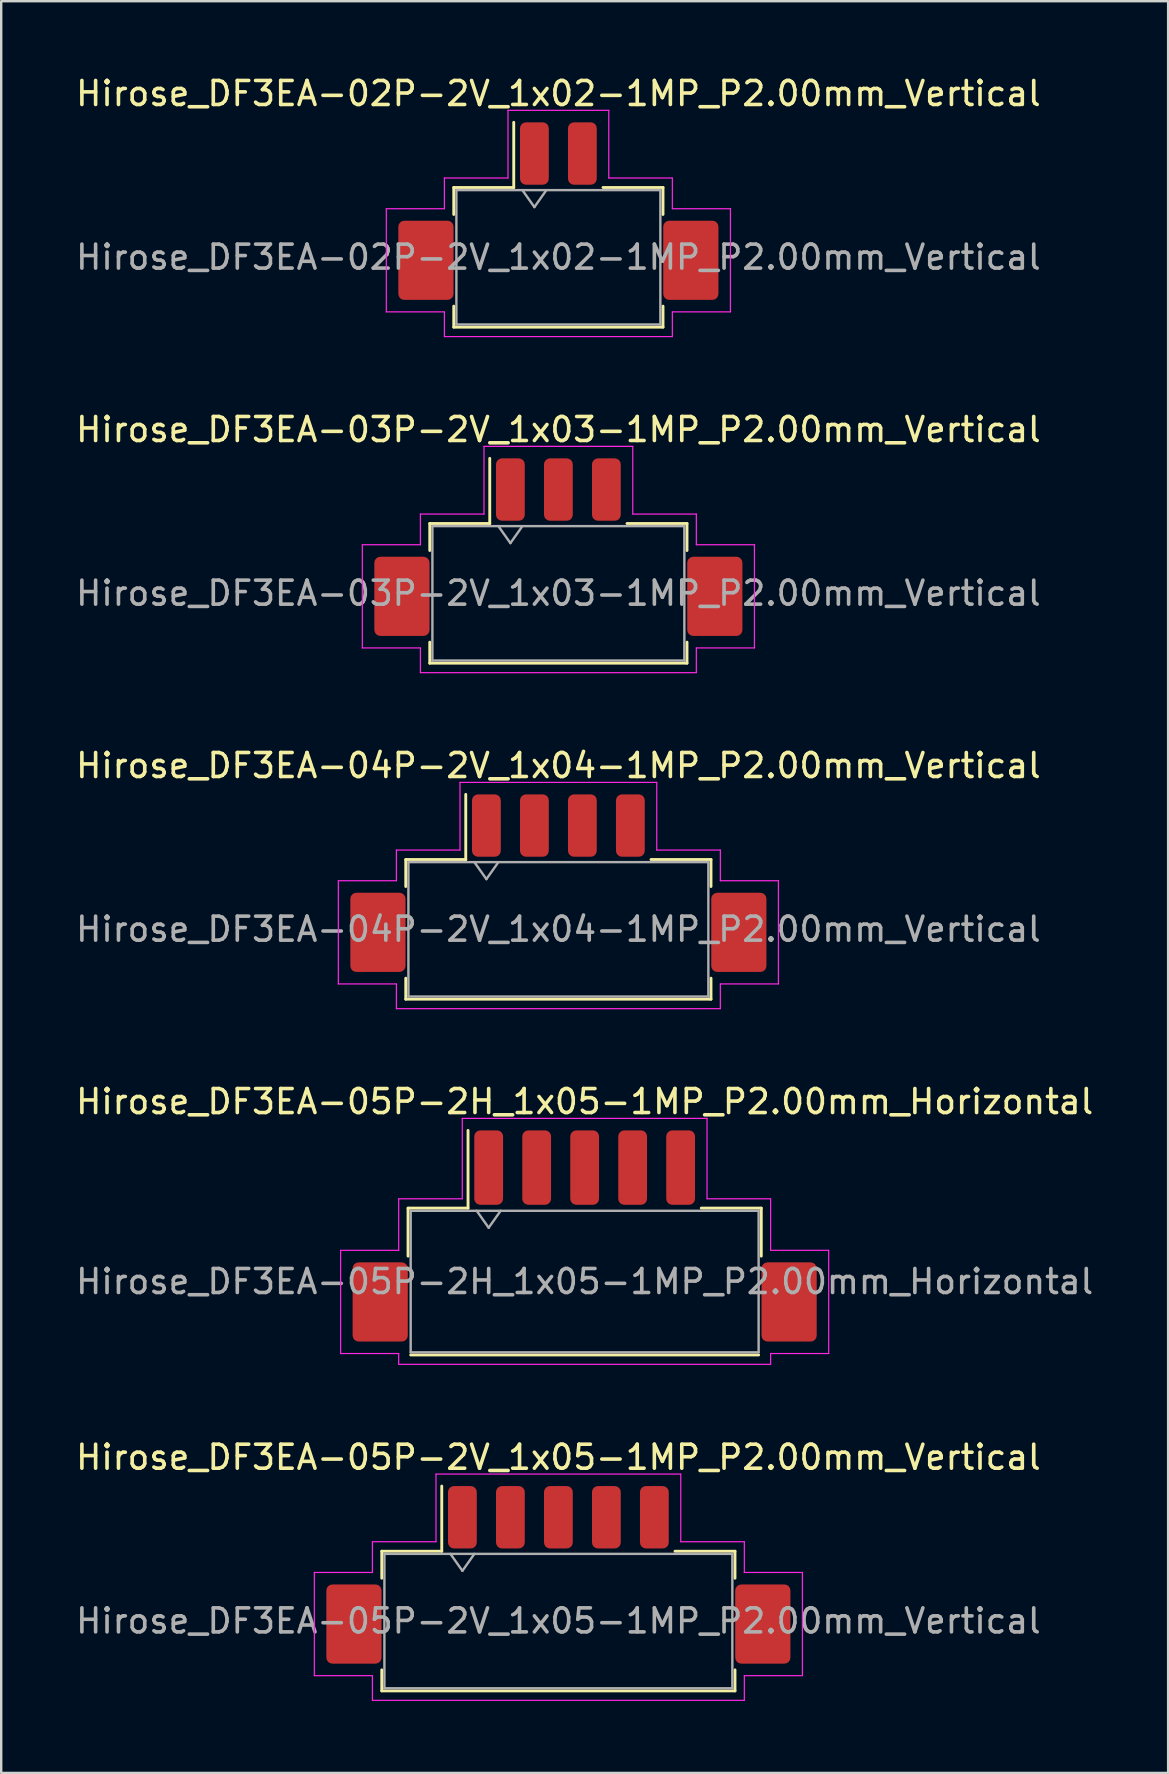
<source format=kicad_pcb>
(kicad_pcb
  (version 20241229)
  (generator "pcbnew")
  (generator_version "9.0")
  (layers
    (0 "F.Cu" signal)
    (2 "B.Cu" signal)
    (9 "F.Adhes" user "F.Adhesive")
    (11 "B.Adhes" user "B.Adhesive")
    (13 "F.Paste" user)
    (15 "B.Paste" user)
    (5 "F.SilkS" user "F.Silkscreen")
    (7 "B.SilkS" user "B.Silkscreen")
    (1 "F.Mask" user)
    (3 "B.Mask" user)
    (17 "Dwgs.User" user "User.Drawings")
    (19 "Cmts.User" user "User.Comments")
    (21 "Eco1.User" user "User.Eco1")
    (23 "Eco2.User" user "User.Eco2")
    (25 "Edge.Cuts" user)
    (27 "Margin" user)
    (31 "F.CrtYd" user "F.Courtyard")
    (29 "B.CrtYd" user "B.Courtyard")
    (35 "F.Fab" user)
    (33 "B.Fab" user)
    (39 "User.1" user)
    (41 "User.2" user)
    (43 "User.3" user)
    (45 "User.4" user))
  (footprint "Hirose_DF3EA-05P-2V_1x05-1MP_P2.00mm_Vertical"
    (layer "F.Cu")
    (at 20.22 62.581)
    (property "Reference" "Hirose_DF3EA-05P-2V_1x05-1MP_P2.00mm_Vertical" (at 0 -4.9 0) (layer "F.SilkS") (effects (font (size 1 1) (thickness 0.15))))
    (attr smd)
    (fp_line (start -7.36 -0.985) (end -4.86 -0.985) (stroke (width 0.12) (type solid)) (layer "F.SilkS"))
    (fp_line (start -7.36 0.14) (end -7.36 -0.985) (stroke (width 0.12) (type solid)) (layer "F.SilkS"))
    (fp_line (start -7.36 3.96) (end -7.36 4.835) (stroke (width 0.12) (type solid)) (layer "F.SilkS"))
    (fp_line (start -7.36 4.835) (end 7.36 4.835) (stroke (width 0.12) (type solid)) (layer "F.SilkS"))
    (fp_line (start -4.86 -0.985) (end -4.86 -3.7) (stroke (width 0.12) (type solid)) (layer "F.SilkS"))
    (fp_line (start 7.36 -0.985) (end 4.86 -0.985) (stroke (width 0.12) (type solid)) (layer "F.SilkS"))
    (fp_line (start 7.36 0.14) (end 7.36 -0.985) (stroke (width 0.12) (type solid)) (layer "F.SilkS"))
    (fp_line (start 7.36 4.835) (end 7.36 3.96) (stroke (width 0.12) (type solid)) (layer "F.SilkS"))
    (fp_line (start -10.17 -0.1) (end -7.75 -0.1) (stroke (width 0.05) (type solid)) (layer "F.CrtYd"))
    (fp_line (start -10.17 4.2) (end -10.17 -0.1) (stroke (width 0.05) (type solid)) (layer "F.CrtYd"))
    (fp_line (start -7.75 -1.38) (end -5.1 -1.38) (stroke (width 0.05) (type solid)) (layer "F.CrtYd"))
    (fp_line (start -7.75 -0.1) (end -7.75 -1.38) (stroke (width 0.05) (type solid)) (layer "F.CrtYd"))
    (fp_line (start -7.75 4.2) (end -10.17 4.2) (stroke (width 0.05) (type solid)) (layer "F.CrtYd"))
    (fp_line (start -7.75 5.23) (end -7.75 4.2) (stroke (width 0.05) (type solid)) (layer "F.CrtYd"))
    (fp_line (start -5.1 -4.2) (end 5.1 -4.2) (stroke (width 0.05) (type solid)) (layer "F.CrtYd"))
    (fp_line (start -5.1 -1.38) (end -5.1 -4.2) (stroke (width 0.05) (type solid)) (layer "F.CrtYd"))
    (fp_line (start 5.1 -4.2) (end 5.1 -1.38) (stroke (width 0.05) (type solid)) (layer "F.CrtYd"))
    (fp_line (start 5.1 -1.38) (end 7.75 -1.38) (stroke (width 0.05) (type solid)) (layer "F.CrtYd"))
    (fp_line (start 7.75 -1.38) (end 7.75 -0.1) (stroke (width 0.05) (type solid)) (layer "F.CrtYd"))
    (fp_line (start 7.75 -0.1) (end 10.17 -0.1) (stroke (width 0.05) (type solid)) (layer "F.CrtYd"))
    (fp_line (start 7.75 4.2) (end 7.75 5.23) (stroke (width 0.05) (type solid)) (layer "F.CrtYd"))
    (fp_line (start 7.75 5.23) (end -7.75 5.23) (stroke (width 0.05) (type solid)) (layer "F.CrtYd"))
    (fp_line (start 10.17 -0.1) (end 10.17 4.2) (stroke (width 0.05) (type solid)) (layer "F.CrtYd"))
    (fp_line (start 10.17 4.2) (end 7.75 4.2) (stroke (width 0.05) (type solid)) (layer "F.CrtYd"))
    (fp_line (start -7.25 -0.875) (end -7.25 4.725) (stroke (width 0.1) (type solid)) (layer "F.Fab"))
    (fp_line (start -7.25 -0.875) (end 7.25 -0.875) (stroke (width 0.1) (type solid)) (layer "F.Fab"))
    (fp_line (start -7.25 4.725) (end 7.25 4.725) (stroke (width 0.1) (type solid)) (layer "F.Fab"))
    (fp_line (start -4.5 -0.875) (end -4 -0.168) (stroke (width 0.1) (type solid)) (layer "F.Fab"))
    (fp_line (start -4 -0.168) (end -3.5 -0.875) (stroke (width 0.1) (type solid)) (layer "F.Fab"))
    (fp_line (start 7.25 -0.875) (end 7.25 4.725) (stroke (width 0.1) (type solid)) (layer "F.Fab"))
    (fp_text user "${REFERENCE}" (at 0 1.92 0) (layer "F.Fab") (effects (font (size 1 1) (thickness 0.15))))
    (pad "1" smd roundrect (at -4 -2.4) (size 1.2 2.6) (layers "F.Cu" "F.Mask" "F.Paste") (roundrect_rratio 0.208))
    (pad "2" smd roundrect (at -2 -2.4) (size 1.2 2.6) (layers "F.Cu" "F.Mask" "F.Paste") (roundrect_rratio 0.208))
    (pad "3" smd roundrect (at 0 -2.4) (size 1.2 2.6) (layers "F.Cu" "F.Mask" "F.Paste") (roundrect_rratio 0.208))
    (pad "4" smd roundrect (at 2 -2.4) (size 1.2 2.6) (layers "F.Cu" "F.Mask" "F.Paste") (roundrect_rratio 0.208))
    (pad "5" smd roundrect (at 4 -2.4) (size 1.2 2.6) (layers "F.Cu" "F.Mask" "F.Paste") (roundrect_rratio 0.208))
    (pad "MP" smd roundrect (at -8.52 2.05) (size 2.3 3.3) (layers "F.Cu" "F.Mask" "F.Paste") (roundrect_rratio 0.109))
    (pad "MP" smd roundrect (at 8.52 2.05) (size 2.3 3.3) (layers "F.Cu" "F.Mask" "F.Paste") (roundrect_rratio 0.109)))
  (footprint "Hirose_DF3EA-05P-2H_1x05-1MP_P2.00mm_Horizontal"
    (layer "F.Cu")
    (at 21.315 48.458)
    (property "Reference" "Hirose_DF3EA-05P-2H_1x05-1MP_P2.00mm_Horizontal" (at 0 -5.6 0) (layer "F.SilkS") (effects (font (size 1 1) (thickness 0.15))))
    (attr smd)
    (fp_line (start -7.36 -1.16) (end -4.86 -1.16) (stroke (width 0.12) (type solid)) (layer "F.SilkS"))
    (fp_line (start -7.36 0.84) (end -7.36 -1.16) (stroke (width 0.12) (type solid)) (layer "F.SilkS"))
    (fp_line (start -7.25 4.96) (end 7.25 4.96) (stroke (width 0.12) (type solid)) (layer "F.SilkS"))
    (fp_line (start -4.86 -1.16) (end -4.86 -4.4) (stroke (width 0.12) (type solid)) (layer "F.SilkS"))
    (fp_line (start 7.36 -1.16) (end 4.86 -1.16) (stroke (width 0.12) (type solid)) (layer "F.SilkS"))
    (fp_line (start 7.36 0.84) (end 7.36 -1.16) (stroke (width 0.12) (type solid)) (layer "F.SilkS"))
    (fp_line (start -10.17 0.6) (end -7.75 0.6) (stroke (width 0.05) (type solid)) (layer "F.CrtYd"))
    (fp_line (start -10.17 4.9) (end -10.17 0.6) (stroke (width 0.05) (type solid)) (layer "F.CrtYd"))
    (fp_line (start -7.75 -1.55) (end -5.1 -1.55) (stroke (width 0.05) (type solid)) (layer "F.CrtYd"))
    (fp_line (start -7.75 0.6) (end -7.75 -1.55) (stroke (width 0.05) (type solid)) (layer "F.CrtYd"))
    (fp_line (start -7.75 4.9) (end -10.17 4.9) (stroke (width 0.05) (type solid)) (layer "F.CrtYd"))
    (fp_line (start -7.75 5.35) (end -7.75 4.9) (stroke (width 0.05) (type solid)) (layer "F.CrtYd"))
    (fp_line (start -5.1 -4.9) (end 5.1 -4.9) (stroke (width 0.05) (type solid)) (layer "F.CrtYd"))
    (fp_line (start -5.1 -1.55) (end -5.1 -4.9) (stroke (width 0.05) (type solid)) (layer "F.CrtYd"))
    (fp_line (start 5.1 -4.9) (end 5.1 -1.55) (stroke (width 0.05) (type solid)) (layer "F.CrtYd"))
    (fp_line (start 5.1 -1.55) (end 7.75 -1.55) (stroke (width 0.05) (type solid)) (layer "F.CrtYd"))
    (fp_line (start 7.75 -1.55) (end 7.75 0.6) (stroke (width 0.05) (type solid)) (layer "F.CrtYd"))
    (fp_line (start 7.75 0.6) (end 10.17 0.6) (stroke (width 0.05) (type solid)) (layer "F.CrtYd"))
    (fp_line (start 7.75 4.9) (end 7.75 5.35) (stroke (width 0.05) (type solid)) (layer "F.CrtYd"))
    (fp_line (start 7.75 5.35) (end -7.75 5.35) (stroke (width 0.05) (type solid)) (layer "F.CrtYd"))
    (fp_line (start 10.17 0.6) (end 10.17 4.9) (stroke (width 0.05) (type solid)) (layer "F.CrtYd"))
    (fp_line (start 10.17 4.9) (end 7.75 4.9) (stroke (width 0.05) (type solid)) (layer "F.CrtYd"))
    (fp_line (start -7.25 -1.05) (end -7.25 4.85) (stroke (width 0.1) (type solid)) (layer "F.Fab"))
    (fp_line (start -7.25 -1.05) (end 7.25 -1.05) (stroke (width 0.1) (type solid)) (layer "F.Fab"))
    (fp_line (start -7.25 4.85) (end 7.25 4.85) (stroke (width 0.1) (type solid)) (layer "F.Fab"))
    (fp_line (start -4.5 -1.05) (end -4 -0.343) (stroke (width 0.1) (type solid)) (layer "F.Fab"))
    (fp_line (start -4 -0.343) (end -3.5 -1.05) (stroke (width 0.1) (type solid)) (layer "F.Fab"))
    (fp_line (start 7.25 -1.05) (end 7.25 4.85) (stroke (width 0.1) (type solid)) (layer "F.Fab"))
    (fp_text user "${REFERENCE}" (at 0 1.9 0) (layer "F.Fab") (effects (font (size 1 1) (thickness 0.15))))
    (pad "1" smd roundrect (at -4 -2.85) (size 1.2 3.1) (layers "F.Cu" "F.Mask" "F.Paste") (roundrect_rratio 0.208))
    (pad "2" smd roundrect (at -2 -2.85) (size 1.2 3.1) (layers "F.Cu" "F.Mask" "F.Paste") (roundrect_rratio 0.208))
    (pad "3" smd roundrect (at 0 -2.85) (size 1.2 3.1) (layers "F.Cu" "F.Mask" "F.Paste") (roundrect_rratio 0.208))
    (pad "4" smd roundrect (at 2 -2.85) (size 1.2 3.1) (layers "F.Cu" "F.Mask" "F.Paste") (roundrect_rratio 0.208))
    (pad "5" smd roundrect (at 4 -2.85) (size 1.2 3.1) (layers "F.Cu" "F.Mask" "F.Paste") (roundrect_rratio 0.208))
    (pad "MP" smd roundrect (at -8.52 2.75) (size 2.3 3.3) (layers "F.Cu" "F.Mask" "F.Paste") (roundrect_rratio 0.109))
    (pad "MP" smd roundrect (at 8.52 2.75) (size 2.3 3.3) (layers "F.Cu" "F.Mask" "F.Paste") (roundrect_rratio 0.109)))
  (footprint "Hirose_DF3EA-04P-2V_1x04-1MP_P2.00mm_Vertical"
    (layer "F.Cu")
    (at 20.22 33.755)
    (property "Reference" "Hirose_DF3EA-04P-2V_1x04-1MP_P2.00mm_Vertical" (at 0 -4.9 0) (layer "F.SilkS") (effects (font (size 1 1) (thickness 0.15))))
    (attr smd)
    (fp_line (start -6.36 -0.985) (end -3.86 -0.985) (stroke (width 0.12) (type solid)) (layer "F.SilkS"))
    (fp_line (start -6.36 0.14) (end -6.36 -0.985) (stroke (width 0.12) (type solid)) (layer "F.SilkS"))
    (fp_line (start -6.36 3.96) (end -6.36 4.835) (stroke (width 0.12) (type solid)) (layer "F.SilkS"))
    (fp_line (start -6.36 4.835) (end 6.36 4.835) (stroke (width 0.12) (type solid)) (layer "F.SilkS"))
    (fp_line (start -3.86 -0.985) (end -3.86 -3.7) (stroke (width 0.12) (type solid)) (layer "F.SilkS"))
    (fp_line (start 6.36 -0.985) (end 3.86 -0.985) (stroke (width 0.12) (type solid)) (layer "F.SilkS"))
    (fp_line (start 6.36 0.14) (end 6.36 -0.985) (stroke (width 0.12) (type solid)) (layer "F.SilkS"))
    (fp_line (start 6.36 4.835) (end 6.36 3.96) (stroke (width 0.12) (type solid)) (layer "F.SilkS"))
    (fp_line (start -9.17 -0.1) (end -6.75 -0.1) (stroke (width 0.05) (type solid)) (layer "F.CrtYd"))
    (fp_line (start -9.17 4.2) (end -9.17 -0.1) (stroke (width 0.05) (type solid)) (layer "F.CrtYd"))
    (fp_line (start -6.75 -1.38) (end -4.1 -1.38) (stroke (width 0.05) (type solid)) (layer "F.CrtYd"))
    (fp_line (start -6.75 -0.1) (end -6.75 -1.38) (stroke (width 0.05) (type solid)) (layer "F.CrtYd"))
    (fp_line (start -6.75 4.2) (end -9.17 4.2) (stroke (width 0.05) (type solid)) (layer "F.CrtYd"))
    (fp_line (start -6.75 5.23) (end -6.75 4.2) (stroke (width 0.05) (type solid)) (layer "F.CrtYd"))
    (fp_line (start -4.1 -4.2) (end 4.1 -4.2) (stroke (width 0.05) (type solid)) (layer "F.CrtYd"))
    (fp_line (start -4.1 -1.38) (end -4.1 -4.2) (stroke (width 0.05) (type solid)) (layer "F.CrtYd"))
    (fp_line (start 4.1 -4.2) (end 4.1 -1.38) (stroke (width 0.05) (type solid)) (layer "F.CrtYd"))
    (fp_line (start 4.1 -1.38) (end 6.75 -1.38) (stroke (width 0.05) (type solid)) (layer "F.CrtYd"))
    (fp_line (start 6.75 -1.38) (end 6.75 -0.1) (stroke (width 0.05) (type solid)) (layer "F.CrtYd"))
    (fp_line (start 6.75 -0.1) (end 9.17 -0.1) (stroke (width 0.05) (type solid)) (layer "F.CrtYd"))
    (fp_line (start 6.75 4.2) (end 6.75 5.23) (stroke (width 0.05) (type solid)) (layer "F.CrtYd"))
    (fp_line (start 6.75 5.23) (end -6.75 5.23) (stroke (width 0.05) (type solid)) (layer "F.CrtYd"))
    (fp_line (start 9.17 -0.1) (end 9.17 4.2) (stroke (width 0.05) (type solid)) (layer "F.CrtYd"))
    (fp_line (start 9.17 4.2) (end 6.75 4.2) (stroke (width 0.05) (type solid)) (layer "F.CrtYd"))
    (fp_line (start -6.25 -0.875) (end -6.25 4.725) (stroke (width 0.1) (type solid)) (layer "F.Fab"))
    (fp_line (start -6.25 -0.875) (end 6.25 -0.875) (stroke (width 0.1) (type solid)) (layer "F.Fab"))
    (fp_line (start -6.25 4.725) (end 6.25 4.725) (stroke (width 0.1) (type solid)) (layer "F.Fab"))
    (fp_line (start -3.5 -0.875) (end -3 -0.168) (stroke (width 0.1) (type solid)) (layer "F.Fab"))
    (fp_line (start -3 -0.168) (end -2.5 -0.875) (stroke (width 0.1) (type solid)) (layer "F.Fab"))
    (fp_line (start 6.25 -0.875) (end 6.25 4.725) (stroke (width 0.1) (type solid)) (layer "F.Fab"))
    (fp_text user "${REFERENCE}" (at 0 1.92 0) (layer "F.Fab") (effects (font (size 1 1) (thickness 0.15))))
    (pad "1" smd roundrect (at -3 -2.4) (size 1.2 2.6) (layers "F.Cu" "F.Mask" "F.Paste") (roundrect_rratio 0.208))
    (pad "2" smd roundrect (at -1 -2.4) (size 1.2 2.6) (layers "F.Cu" "F.Mask" "F.Paste") (roundrect_rratio 0.208))
    (pad "3" smd roundrect (at 1 -2.4) (size 1.2 2.6) (layers "F.Cu" "F.Mask" "F.Paste") (roundrect_rratio 0.208))
    (pad "4" smd roundrect (at 3 -2.4) (size 1.2 2.6) (layers "F.Cu" "F.Mask" "F.Paste") (roundrect_rratio 0.208))
    (pad "MP" smd roundrect (at -7.52 2.05) (size 2.3 3.3) (layers "F.Cu" "F.Mask" "F.Paste") (roundrect_rratio 0.109))
    (pad "MP" smd roundrect (at 7.52 2.05) (size 2.3 3.3) (layers "F.Cu" "F.Mask" "F.Paste") (roundrect_rratio 0.109)))
  (footprint "Hirose_DF3EA-03P-2V_1x03-1MP_P2.00mm_Vertical"
    (layer "F.Cu")
    (at 20.22 19.752)
    (property "Reference" "Hirose_DF3EA-03P-2V_1x03-1MP_P2.00mm_Vertical" (at 0 -4.9 0) (layer "F.SilkS") (effects (font (size 1 1) (thickness 0.15))))
    (attr smd)
    (fp_line (start -5.36 -0.985) (end -2.86 -0.985) (stroke (width 0.12) (type solid)) (layer "F.SilkS"))
    (fp_line (start -5.36 0.14) (end -5.36 -0.985) (stroke (width 0.12) (type solid)) (layer "F.SilkS"))
    (fp_line (start -5.36 3.96) (end -5.36 4.835) (stroke (width 0.12) (type solid)) (layer "F.SilkS"))
    (fp_line (start -5.36 4.835) (end 5.36 4.835) (stroke (width 0.12) (type solid)) (layer "F.SilkS"))
    (fp_line (start -2.86 -0.985) (end -2.86 -3.7) (stroke (width 0.12) (type solid)) (layer "F.SilkS"))
    (fp_line (start 5.36 -0.985) (end 2.86 -0.985) (stroke (width 0.12) (type solid)) (layer "F.SilkS"))
    (fp_line (start 5.36 0.14) (end 5.36 -0.985) (stroke (width 0.12) (type solid)) (layer "F.SilkS"))
    (fp_line (start 5.36 4.835) (end 5.36 3.96) (stroke (width 0.12) (type solid)) (layer "F.SilkS"))
    (fp_line (start -8.17 -0.1) (end -5.75 -0.1) (stroke (width 0.05) (type solid)) (layer "F.CrtYd"))
    (fp_line (start -8.17 4.2) (end -8.17 -0.1) (stroke (width 0.05) (type solid)) (layer "F.CrtYd"))
    (fp_line (start -5.75 -1.38) (end -3.1 -1.38) (stroke (width 0.05) (type solid)) (layer "F.CrtYd"))
    (fp_line (start -5.75 -0.1) (end -5.75 -1.38) (stroke (width 0.05) (type solid)) (layer "F.CrtYd"))
    (fp_line (start -5.75 4.2) (end -8.17 4.2) (stroke (width 0.05) (type solid)) (layer "F.CrtYd"))
    (fp_line (start -5.75 5.23) (end -5.75 4.2) (stroke (width 0.05) (type solid)) (layer "F.CrtYd"))
    (fp_line (start -3.1 -4.2) (end 3.1 -4.2) (stroke (width 0.05) (type solid)) (layer "F.CrtYd"))
    (fp_line (start -3.1 -1.38) (end -3.1 -4.2) (stroke (width 0.05) (type solid)) (layer "F.CrtYd"))
    (fp_line (start 3.1 -4.2) (end 3.1 -1.38) (stroke (width 0.05) (type solid)) (layer "F.CrtYd"))
    (fp_line (start 3.1 -1.38) (end 5.75 -1.38) (stroke (width 0.05) (type solid)) (layer "F.CrtYd"))
    (fp_line (start 5.75 -1.38) (end 5.75 -0.1) (stroke (width 0.05) (type solid)) (layer "F.CrtYd"))
    (fp_line (start 5.75 -0.1) (end 8.17 -0.1) (stroke (width 0.05) (type solid)) (layer "F.CrtYd"))
    (fp_line (start 5.75 4.2) (end 5.75 5.23) (stroke (width 0.05) (type solid)) (layer "F.CrtYd"))
    (fp_line (start 5.75 5.23) (end -5.75 5.23) (stroke (width 0.05) (type solid)) (layer "F.CrtYd"))
    (fp_line (start 8.17 -0.1) (end 8.17 4.2) (stroke (width 0.05) (type solid)) (layer "F.CrtYd"))
    (fp_line (start 8.17 4.2) (end 5.75 4.2) (stroke (width 0.05) (type solid)) (layer "F.CrtYd"))
    (fp_line (start -5.25 -0.875) (end -5.25 4.725) (stroke (width 0.1) (type solid)) (layer "F.Fab"))
    (fp_line (start -5.25 -0.875) (end 5.25 -0.875) (stroke (width 0.1) (type solid)) (layer "F.Fab"))
    (fp_line (start -5.25 4.725) (end 5.25 4.725) (stroke (width 0.1) (type solid)) (layer "F.Fab"))
    (fp_line (start -2.5 -0.875) (end -2 -0.168) (stroke (width 0.1) (type solid)) (layer "F.Fab"))
    (fp_line (start -2 -0.168) (end -1.5 -0.875) (stroke (width 0.1) (type solid)) (layer "F.Fab"))
    (fp_line (start 5.25 -0.875) (end 5.25 4.725) (stroke (width 0.1) (type solid)) (layer "F.Fab"))
    (fp_text user "${REFERENCE}" (at 0 1.92 0) (layer "F.Fab") (effects (font (size 1 1) (thickness 0.15))))
    (pad "1" smd roundrect (at -2 -2.4) (size 1.2 2.6) (layers "F.Cu" "F.Mask" "F.Paste") (roundrect_rratio 0.208))
    (pad "2" smd roundrect (at 0 -2.4) (size 1.2 2.6) (layers "F.Cu" "F.Mask" "F.Paste") (roundrect_rratio 0.208))
    (pad "3" smd roundrect (at 2 -2.4) (size 1.2 2.6) (layers "F.Cu" "F.Mask" "F.Paste") (roundrect_rratio 0.208))
    (pad "MP" smd roundrect (at -6.52 2.05) (size 2.3 3.3) (layers "F.Cu" "F.Mask" "F.Paste") (roundrect_rratio 0.109))
    (pad "MP" smd roundrect (at 6.52 2.05) (size 2.3 3.3) (layers "F.Cu" "F.Mask" "F.Paste") (roundrect_rratio 0.109)))
  (footprint "Hirose_DF3EA-02P-2V_1x02-1MP_P2.00mm_Vertical"
    (layer "F.Cu")
    (at 20.22 5.748)
    (property "Reference" "Hirose_DF3EA-02P-2V_1x02-1MP_P2.00mm_Vertical" (at 0 -4.9 0) (layer "F.SilkS") (effects (font (size 1 1) (thickness 0.15))))
    (attr smd)
    (fp_line (start -4.36 -0.985) (end -1.86 -0.985) (stroke (width 0.12) (type solid)) (layer "F.SilkS"))
    (fp_line (start -4.36 0.14) (end -4.36 -0.985) (stroke (width 0.12) (type solid)) (layer "F.SilkS"))
    (fp_line (start -4.36 3.96) (end -4.36 4.835) (stroke (width 0.12) (type solid)) (layer "F.SilkS"))
    (fp_line (start -4.36 4.835) (end 4.36 4.835) (stroke (width 0.12) (type solid)) (layer "F.SilkS"))
    (fp_line (start -1.86 -0.985) (end -1.86 -3.7) (stroke (width 0.12) (type solid)) (layer "F.SilkS"))
    (fp_line (start 4.36 -0.985) (end 1.86 -0.985) (stroke (width 0.12) (type solid)) (layer "F.SilkS"))
    (fp_line (start 4.36 0.14) (end 4.36 -0.985) (stroke (width 0.12) (type solid)) (layer "F.SilkS"))
    (fp_line (start 4.36 4.835) (end 4.36 3.96) (stroke (width 0.12) (type solid)) (layer "F.SilkS"))
    (fp_line (start -7.17 -0.1) (end -4.75 -0.1) (stroke (width 0.05) (type solid)) (layer "F.CrtYd"))
    (fp_line (start -7.17 4.2) (end -7.17 -0.1) (stroke (width 0.05) (type solid)) (layer "F.CrtYd"))
    (fp_line (start -4.75 -1.38) (end -2.1 -1.38) (stroke (width 0.05) (type solid)) (layer "F.CrtYd"))
    (fp_line (start -4.75 -0.1) (end -4.75 -1.38) (stroke (width 0.05) (type solid)) (layer "F.CrtYd"))
    (fp_line (start -4.75 4.2) (end -7.17 4.2) (stroke (width 0.05) (type solid)) (layer "F.CrtYd"))
    (fp_line (start -4.75 5.23) (end -4.75 4.2) (stroke (width 0.05) (type solid)) (layer "F.CrtYd"))
    (fp_line (start -2.1 -4.2) (end 2.1 -4.2) (stroke (width 0.05) (type solid)) (layer "F.CrtYd"))
    (fp_line (start -2.1 -1.38) (end -2.1 -4.2) (stroke (width 0.05) (type solid)) (layer "F.CrtYd"))
    (fp_line (start 2.1 -4.2) (end 2.1 -1.38) (stroke (width 0.05) (type solid)) (layer "F.CrtYd"))
    (fp_line (start 2.1 -1.38) (end 4.75 -1.38) (stroke (width 0.05) (type solid)) (layer "F.CrtYd"))
    (fp_line (start 4.75 -1.38) (end 4.75 -0.1) (stroke (width 0.05) (type solid)) (layer "F.CrtYd"))
    (fp_line (start 4.75 -0.1) (end 7.17 -0.1) (stroke (width 0.05) (type solid)) (layer "F.CrtYd"))
    (fp_line (start 4.75 4.2) (end 4.75 5.23) (stroke (width 0.05) (type solid)) (layer "F.CrtYd"))
    (fp_line (start 4.75 5.23) (end -4.75 5.23) (stroke (width 0.05) (type solid)) (layer "F.CrtYd"))
    (fp_line (start 7.17 -0.1) (end 7.17 4.2) (stroke (width 0.05) (type solid)) (layer "F.CrtYd"))
    (fp_line (start 7.17 4.2) (end 4.75 4.2) (stroke (width 0.05) (type solid)) (layer "F.CrtYd"))
    (fp_line (start -4.25 -0.875) (end -4.25 4.725) (stroke (width 0.1) (type solid)) (layer "F.Fab"))
    (fp_line (start -4.25 -0.875) (end 4.25 -0.875) (stroke (width 0.1) (type solid)) (layer "F.Fab"))
    (fp_line (start -4.25 4.725) (end 4.25 4.725) (stroke (width 0.1) (type solid)) (layer "F.Fab"))
    (fp_line (start -1.5 -0.875) (end -1 -0.168) (stroke (width 0.1) (type solid)) (layer "F.Fab"))
    (fp_line (start -1 -0.168) (end -0.5 -0.875) (stroke (width 0.1) (type solid)) (layer "F.Fab"))
    (fp_line (start 4.25 -0.875) (end 4.25 4.725) (stroke (width 0.1) (type solid)) (layer "F.Fab"))
    (fp_text user "${REFERENCE}" (at 0 1.92 0) (layer "F.Fab") (effects (font (size 1 1) (thickness 0.15))))
    (pad "1" smd roundrect (at -1 -2.4) (size 1.2 2.6) (layers "F.Cu" "F.Mask" "F.Paste") (roundrect_rratio 0.208))
    (pad "2" smd roundrect (at 1 -2.4) (size 1.2 2.6) (layers "F.Cu" "F.Mask" "F.Paste") (roundrect_rratio 0.208))
    (pad "MP" smd roundrect (at -5.52 2.05) (size 2.3 3.3) (layers "F.Cu" "F.Mask" "F.Paste") (roundrect_rratio 0.109))
    (pad "MP" smd roundrect (at 5.52 2.05) (size 2.3 3.3) (layers "F.Cu" "F.Mask" "F.Paste") (roundrect_rratio 0.109)))
  (gr_rect
    (start -3 -3)
    (end 45.631 70.836)
    (stroke (width 0.1) (type default))
    (fill no)
    (layer "Edge.Cuts")))
</source>
